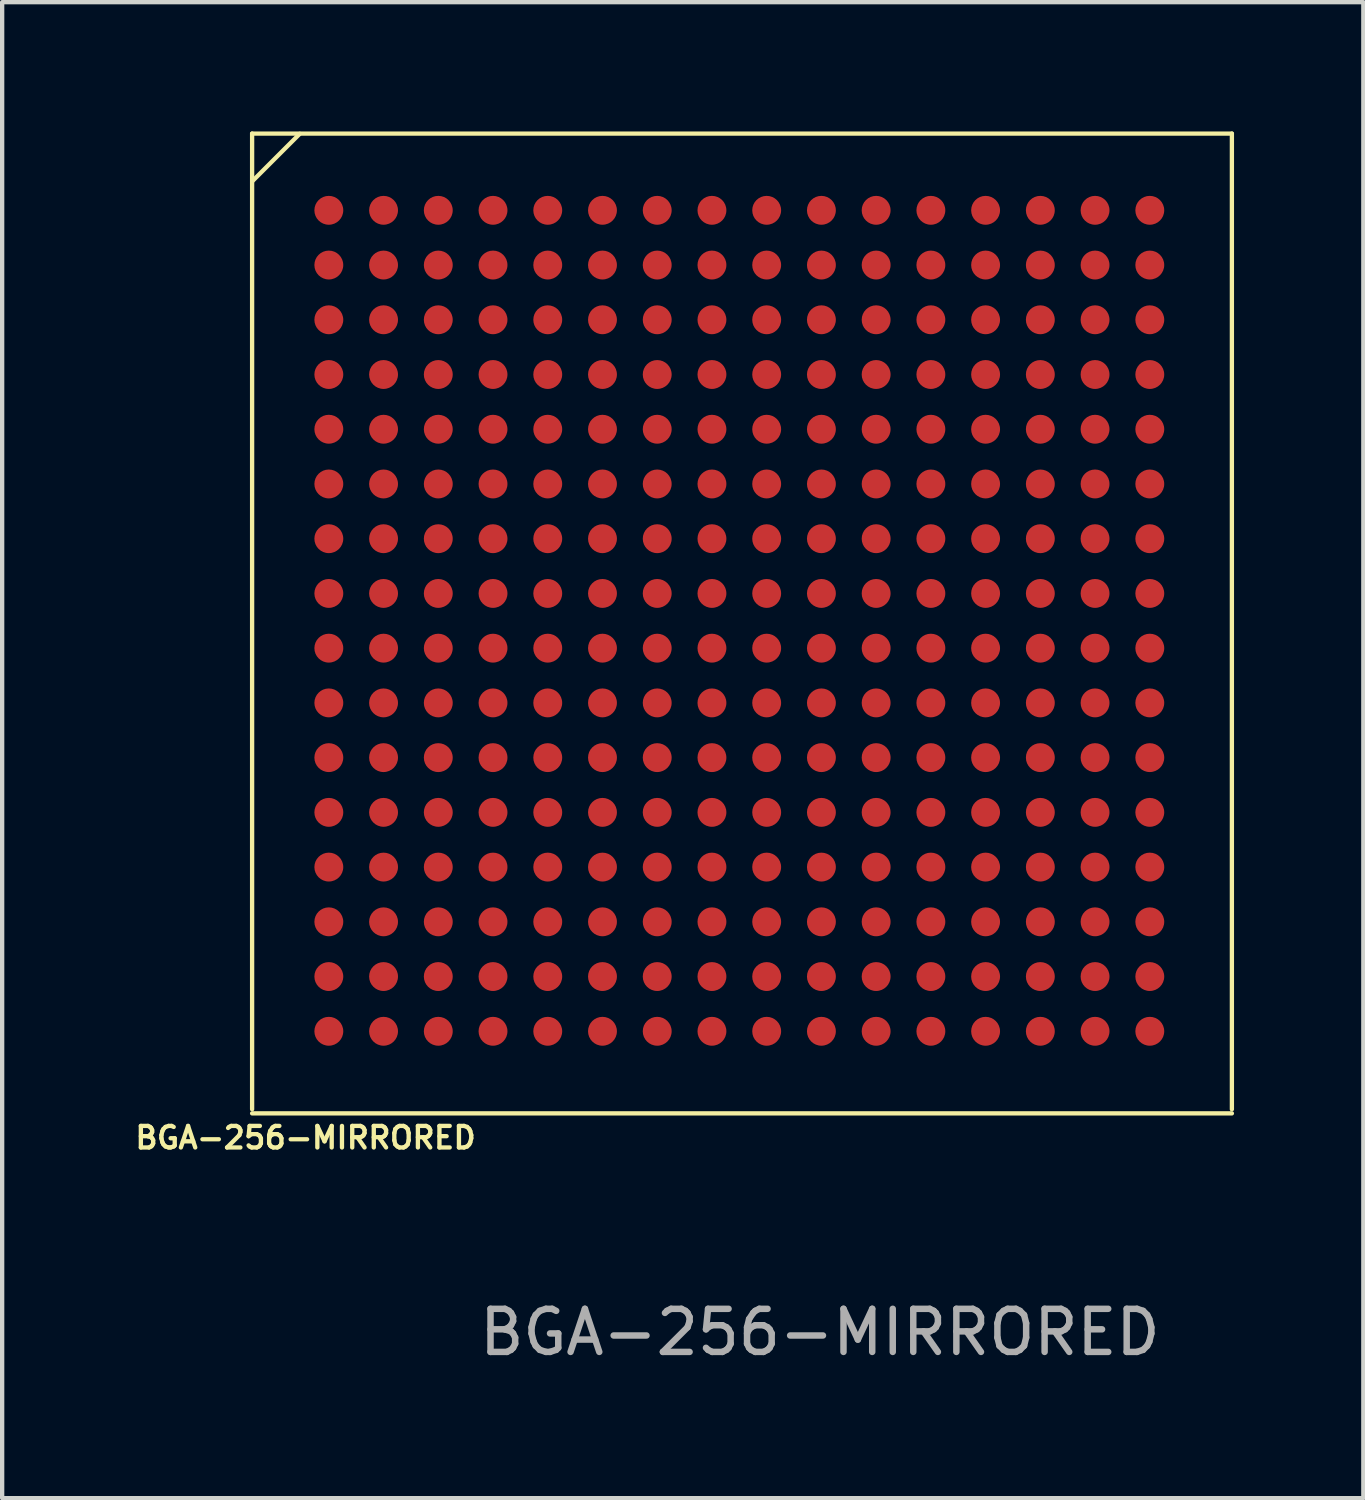
<source format=kicad_pcb>
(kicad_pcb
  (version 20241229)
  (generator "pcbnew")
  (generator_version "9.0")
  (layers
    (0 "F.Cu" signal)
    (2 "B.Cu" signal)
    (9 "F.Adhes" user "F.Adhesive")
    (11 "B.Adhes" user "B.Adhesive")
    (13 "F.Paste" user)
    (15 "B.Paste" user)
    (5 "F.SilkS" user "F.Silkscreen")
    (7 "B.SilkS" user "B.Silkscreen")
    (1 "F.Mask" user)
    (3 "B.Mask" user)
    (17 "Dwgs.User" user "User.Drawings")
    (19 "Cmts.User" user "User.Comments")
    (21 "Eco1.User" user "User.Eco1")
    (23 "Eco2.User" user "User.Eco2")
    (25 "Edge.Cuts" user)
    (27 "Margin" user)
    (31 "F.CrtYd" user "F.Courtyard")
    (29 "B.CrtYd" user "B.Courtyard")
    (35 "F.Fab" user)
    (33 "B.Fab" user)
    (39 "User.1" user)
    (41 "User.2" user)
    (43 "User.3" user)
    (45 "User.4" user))
  (footprint "BGA-256-MIRRORED"
    (layer "F.Cu")
    (at 14.705 11.355)
    (property "Reference" "BGA-256-MIRRORED" (at -10.665 11.995 0) (unlocked yes) (layer "F.SilkS") (effects (font (size 0.5 0.5) (thickness 0.1))))
    (attr smd)
    (fp_line (start -11.905 -11.305) (end 10.83 -11.305) (stroke (width 0.1) (type default)) (layer "F.SilkS"))
    (fp_line (start -11.905 11.335) (end -11.905 -11.305) (stroke (width 0.1) (type default)) (layer "F.SilkS"))
    (fp_line (start -11.905 11.43) (end 10.83 11.43) (stroke (width 0.1) (type default)) (layer "F.SilkS"))
    (fp_line (start -11.9 -10.2) (end -10.8 -11.3) (stroke (width 0.1) (type default)) (layer "F.SilkS"))
    (fp_line (start 10.83 11.335) (end 10.83 -11.305) (stroke (width 0.1) (type default)) (layer "F.SilkS"))
    (fp_text user "${REFERENCE}" (at 1.27 16.51 0) (unlocked yes) (layer "F.Fab") (effects (font (size 1 1) (thickness 0.15))))
    (pad "A1" smd circle (at -10.125 -9.525) (size 0.67 0.67) (layers "F.Cu" "F.Mask" "F.Paste"))
    (pad "A2" smd circle (at -10.125 -8.255) (size 0.67 0.67) (layers "F.Cu" "F.Mask" "F.Paste"))
    (pad "A3" smd circle (at -10.125 -6.985) (size 0.67 0.67) (layers "F.Cu" "F.Mask" "F.Paste"))
    (pad "A4" smd circle (at -10.125 -5.715) (size 0.67 0.67) (layers "F.Cu" "F.Mask" "F.Paste"))
    (pad "A5" smd circle (at -10.125 -4.445) (size 0.67 0.67) (layers "F.Cu" "F.Mask" "F.Paste"))
    (pad "A6" smd circle (at -10.125 -3.175) (size 0.67 0.67) (layers "F.Cu" "F.Mask" "F.Paste"))
    (pad "A7" smd circle (at -10.125 -1.905) (size 0.67 0.67) (layers "F.Cu" "F.Mask" "F.Paste"))
    (pad "A8" smd circle (at -10.125 -0.635) (size 0.67 0.67) (layers "F.Cu" "F.Mask" "F.Paste"))
    (pad "A9" smd circle (at -10.125 0.635) (size 0.67 0.67) (layers "F.Cu" "F.Mask" "F.Paste"))
    (pad "A10" smd circle (at -10.125 1.905) (size 0.67 0.67) (layers "F.Cu" "F.Mask" "F.Paste"))
    (pad "A11" smd circle (at -10.125 3.175) (size 0.67 0.67) (layers "F.Cu" "F.Mask" "F.Paste"))
    (pad "A12" smd circle (at -10.125 4.445) (size 0.67 0.67) (layers "F.Cu" "F.Mask" "F.Paste"))
    (pad "A13" smd circle (at -10.125 5.715) (size 0.67 0.67) (layers "F.Cu" "F.Mask" "F.Paste"))
    (pad "A14" smd circle (at -10.125 6.985) (size 0.67 0.67) (layers "F.Cu" "F.Mask" "F.Paste"))
    (pad "A15" smd circle (at -10.125 8.255) (size 0.67 0.67) (layers "F.Cu" "F.Mask" "F.Paste"))
    (pad "A16" smd circle (at -10.125 9.525) (size 0.67 0.67) (layers "F.Cu" "F.Mask" "F.Paste"))
    (pad "B1" smd circle (at -8.855 -9.525) (size 0.67 0.67) (layers "F.Cu" "F.Mask" "F.Paste"))
    (pad "B2" smd circle (at -8.855 -8.255) (size 0.67 0.67) (layers "F.Cu" "F.Mask" "F.Paste"))
    (pad "B3" smd circle (at -8.855 -6.985) (size 0.67 0.67) (layers "F.Cu" "F.Mask" "F.Paste"))
    (pad "B4" smd circle (at -8.855 -5.715) (size 0.67 0.67) (layers "F.Cu" "F.Mask" "F.Paste"))
    (pad "B5" smd circle (at -8.855 -4.445) (size 0.67 0.67) (layers "F.Cu" "F.Mask" "F.Paste"))
    (pad "B6" smd circle (at -8.855 -3.175) (size 0.67 0.67) (layers "F.Cu" "F.Mask" "F.Paste"))
    (pad "B7" smd circle (at -8.855 -1.905) (size 0.67 0.67) (layers "F.Cu" "F.Mask" "F.Paste"))
    (pad "B8" smd circle (at -8.855 -0.635) (size 0.67 0.67) (layers "F.Cu" "F.Mask" "F.Paste"))
    (pad "B9" smd circle (at -8.855 0.635) (size 0.67 0.67) (layers "F.Cu" "F.Mask" "F.Paste"))
    (pad "B10" smd circle (at -8.855 1.905) (size 0.67 0.67) (layers "F.Cu" "F.Mask" "F.Paste"))
    (pad "B11" smd circle (at -8.855 3.175) (size 0.67 0.67) (layers "F.Cu" "F.Mask" "F.Paste"))
    (pad "B12" smd circle (at -8.855 4.445) (size 0.67 0.67) (layers "F.Cu" "F.Mask" "F.Paste"))
    (pad "B13" smd circle (at -8.855 5.715) (size 0.67 0.67) (layers "F.Cu" "F.Mask" "F.Paste"))
    (pad "B14" smd circle (at -8.855 6.985) (size 0.67 0.67) (layers "F.Cu" "F.Mask" "F.Paste"))
    (pad "B15" smd circle (at -8.855 8.255) (size 0.67 0.67) (layers "F.Cu" "F.Mask" "F.Paste"))
    (pad "B16" smd circle (at -8.855 9.525) (size 0.67 0.67) (layers "F.Cu" "F.Mask" "F.Paste"))
    (pad "C1" smd circle (at -7.585 -9.525) (size 0.67 0.67) (layers "F.Cu" "F.Mask" "F.Paste"))
    (pad "C2" smd circle (at -7.585 -8.255) (size 0.67 0.67) (layers "F.Cu" "F.Mask" "F.Paste"))
    (pad "C3" smd circle (at -7.585 -6.985) (size 0.67 0.67) (layers "F.Cu" "F.Mask" "F.Paste"))
    (pad "C4" smd circle (at -7.585 -5.715) (size 0.67 0.67) (layers "F.Cu" "F.Mask" "F.Paste"))
    (pad "C5" smd circle (at -7.585 -4.445) (size 0.67 0.67) (layers "F.Cu" "F.Mask" "F.Paste"))
    (pad "C6" smd circle (at -7.585 -3.175) (size 0.67 0.67) (layers "F.Cu" "F.Mask" "F.Paste"))
    (pad "C7" smd circle (at -7.585 -1.905) (size 0.67 0.67) (layers "F.Cu" "F.Mask" "F.Paste"))
    (pad "C8" smd circle (at -7.585 -0.635) (size 0.67 0.67) (layers "F.Cu" "F.Mask" "F.Paste"))
    (pad "C9" smd circle (at -7.585 0.635) (size 0.67 0.67) (layers "F.Cu" "F.Mask" "F.Paste"))
    (pad "C10" smd circle (at -7.585 1.905) (size 0.67 0.67) (layers "F.Cu" "F.Mask" "F.Paste"))
    (pad "C11" smd circle (at -7.585 3.175) (size 0.67 0.67) (layers "F.Cu" "F.Mask" "F.Paste"))
    (pad "C12" smd circle (at -7.585 4.445) (size 0.67 0.67) (layers "F.Cu" "F.Mask" "F.Paste"))
    (pad "C13" smd circle (at -7.585 5.715) (size 0.67 0.67) (layers "F.Cu" "F.Mask" "F.Paste"))
    (pad "C14" smd circle (at -7.585 6.985) (size 0.67 0.67) (layers "F.Cu" "F.Mask" "F.Paste"))
    (pad "C15" smd circle (at -7.585 8.255) (size 0.67 0.67) (layers "F.Cu" "F.Mask" "F.Paste"))
    (pad "C16" smd circle (at -7.585 9.525) (size 0.67 0.67) (layers "F.Cu" "F.Mask" "F.Paste"))
    (pad "D1" smd circle (at -6.315 -9.525) (size 0.67 0.67) (layers "F.Cu" "F.Mask" "F.Paste"))
    (pad "D2" smd circle (at -6.315 -8.255) (size 0.67 0.67) (layers "F.Cu" "F.Mask" "F.Paste"))
    (pad "D3" smd circle (at -6.315 -6.985) (size 0.67 0.67) (layers "F.Cu" "F.Mask" "F.Paste"))
    (pad "D4" smd circle (at -6.315 -5.715) (size 0.67 0.67) (layers "F.Cu" "F.Mask" "F.Paste"))
    (pad "D5" smd circle (at -6.315 -4.445) (size 0.67 0.67) (layers "F.Cu" "F.Mask" "F.Paste"))
    (pad "D6" smd circle (at -6.315 -3.175) (size 0.67 0.67) (layers "F.Cu" "F.Mask" "F.Paste"))
    (pad "D7" smd circle (at -6.315 -1.905) (size 0.67 0.67) (layers "F.Cu" "F.Mask" "F.Paste"))
    (pad "D8" smd circle (at -6.315 -0.635) (size 0.67 0.67) (layers "F.Cu" "F.Mask" "F.Paste"))
    (pad "D9" smd circle (at -6.315 0.635) (size 0.67 0.67) (layers "F.Cu" "F.Mask" "F.Paste"))
    (pad "D10" smd circle (at -6.315 1.905) (size 0.67 0.67) (layers "F.Cu" "F.Mask" "F.Paste"))
    (pad "D11" smd circle (at -6.315 3.175) (size 0.67 0.67) (layers "F.Cu" "F.Mask" "F.Paste"))
    (pad "D12" smd circle (at -6.315 4.445) (size 0.67 0.67) (layers "F.Cu" "F.Mask" "F.Paste"))
    (pad "D13" smd circle (at -6.315 5.715) (size 0.67 0.67) (layers "F.Cu" "F.Mask" "F.Paste"))
    (pad "D14" smd circle (at -6.315 6.985) (size 0.67 0.67) (layers "F.Cu" "F.Mask" "F.Paste"))
    (pad "D15" smd circle (at -6.315 8.255) (size 0.67 0.67) (layers "F.Cu" "F.Mask" "F.Paste"))
    (pad "D16" smd circle (at -6.315 9.525) (size 0.67 0.67) (layers "F.Cu" "F.Mask" "F.Paste"))
    (pad "E1" smd circle (at -5.045 -9.525) (size 0.67 0.67) (layers "F.Cu" "F.Mask" "F.Paste"))
    (pad "E2" smd circle (at -5.045 -8.255) (size 0.67 0.67) (layers "F.Cu" "F.Mask" "F.Paste"))
    (pad "E3" smd circle (at -5.045 -6.985) (size 0.67 0.67) (layers "F.Cu" "F.Mask" "F.Paste"))
    (pad "E4" smd circle (at -5.045 -5.715) (size 0.67 0.67) (layers "F.Cu" "F.Mask" "F.Paste"))
    (pad "E5" smd circle (at -5.045 -4.445) (size 0.67 0.67) (layers "F.Cu" "F.Mask" "F.Paste"))
    (pad "E6" smd circle (at -5.045 -3.175) (size 0.67 0.67) (layers "F.Cu" "F.Mask" "F.Paste"))
    (pad "E7" smd circle (at -5.045 -1.905) (size 0.67 0.67) (layers "F.Cu" "F.Mask" "F.Paste"))
    (pad "E8" smd circle (at -5.045 -0.635) (size 0.67 0.67) (layers "F.Cu" "F.Mask" "F.Paste"))
    (pad "E9" smd circle (at -5.045 0.635) (size 0.67 0.67) (layers "F.Cu" "F.Mask" "F.Paste"))
    (pad "E10" smd circle (at -5.045 1.905) (size 0.67 0.67) (layers "F.Cu" "F.Mask" "F.Paste"))
    (pad "E11" smd circle (at -5.045 3.175) (size 0.67 0.67) (layers "F.Cu" "F.Mask" "F.Paste"))
    (pad "E12" smd circle (at -5.045 4.445) (size 0.67 0.67) (layers "F.Cu" "F.Mask" "F.Paste"))
    (pad "E13" smd circle (at -5.045 5.715) (size 0.67 0.67) (layers "F.Cu" "F.Mask" "F.Paste"))
    (pad "E14" smd circle (at -5.045 6.985) (size 0.67 0.67) (layers "F.Cu" "F.Mask" "F.Paste"))
    (pad "E15" smd circle (at -5.045 8.255) (size 0.67 0.67) (layers "F.Cu" "F.Mask" "F.Paste"))
    (pad "E16" smd circle (at -5.045 9.525) (size 0.67 0.67) (layers "F.Cu" "F.Mask" "F.Paste"))
    (pad "F1" smd circle (at -3.775 -9.525) (size 0.67 0.67) (layers "F.Cu" "F.Mask" "F.Paste"))
    (pad "F2" smd circle (at -3.775 -8.255) (size 0.67 0.67) (layers "F.Cu" "F.Mask" "F.Paste"))
    (pad "F3" smd circle (at -3.775 -6.985) (size 0.67 0.67) (layers "F.Cu" "F.Mask" "F.Paste"))
    (pad "F4" smd circle (at -3.775 -5.715) (size 0.67 0.67) (layers "F.Cu" "F.Mask" "F.Paste"))
    (pad "F5" smd circle (at -3.775 -4.445) (size 0.67 0.67) (layers "F.Cu" "F.Mask" "F.Paste"))
    (pad "F6" smd circle (at -3.775 -3.175) (size 0.67 0.67) (layers "F.Cu" "F.Mask" "F.Paste"))
    (pad "F7" smd circle (at -3.775 -1.905) (size 0.67 0.67) (layers "F.Cu" "F.Mask" "F.Paste"))
    (pad "F8" smd circle (at -3.775 -0.635) (size 0.67 0.67) (layers "F.Cu" "F.Mask" "F.Paste"))
    (pad "F9" smd circle (at -3.775 0.635) (size 0.67 0.67) (layers "F.Cu" "F.Mask" "F.Paste"))
    (pad "F10" smd circle (at -3.775 1.905) (size 0.67 0.67) (layers "F.Cu" "F.Mask" "F.Paste"))
    (pad "F11" smd circle (at -3.775 3.175) (size 0.67 0.67) (layers "F.Cu" "F.Mask" "F.Paste"))
    (pad "F12" smd circle (at -3.775 4.445) (size 0.67 0.67) (layers "F.Cu" "F.Mask" "F.Paste"))
    (pad "F13" smd circle (at -3.775 5.715) (size 0.67 0.67) (layers "F.Cu" "F.Mask" "F.Paste"))
    (pad "F14" smd circle (at -3.775 6.985) (size 0.67 0.67) (layers "F.Cu" "F.Mask" "F.Paste"))
    (pad "F15" smd circle (at -3.775 8.255) (size 0.67 0.67) (layers "F.Cu" "F.Mask" "F.Paste"))
    (pad "F16" smd circle (at -3.775 9.525) (size 0.67 0.67) (layers "F.Cu" "F.Mask" "F.Paste"))
    (pad "G1" smd circle (at -2.505 -9.525) (size 0.67 0.67) (layers "F.Cu" "F.Mask" "F.Paste"))
    (pad "G2" smd circle (at -2.505 -8.255) (size 0.67 0.67) (layers "F.Cu" "F.Mask" "F.Paste"))
    (pad "G3" smd circle (at -2.505 -6.985) (size 0.67 0.67) (layers "F.Cu" "F.Mask" "F.Paste"))
    (pad "G4" smd circle (at -2.505 -5.715) (size 0.67 0.67) (layers "F.Cu" "F.Mask" "F.Paste"))
    (pad "G5" smd circle (at -2.505 -4.445) (size 0.67 0.67) (layers "F.Cu" "F.Mask" "F.Paste"))
    (pad "G6" smd circle (at -2.505 -3.175) (size 0.67 0.67) (layers "F.Cu" "F.Mask" "F.Paste"))
    (pad "G7" smd circle (at -2.505 -1.905) (size 0.67 0.67) (layers "F.Cu" "F.Mask" "F.Paste"))
    (pad "G8" smd circle (at -2.505 -0.635) (size 0.67 0.67) (layers "F.Cu" "F.Mask" "F.Paste"))
    (pad "G9" smd circle (at -2.505 0.635) (size 0.67 0.67) (layers "F.Cu" "F.Mask" "F.Paste"))
    (pad "G10" smd circle (at -2.505 1.905) (size 0.67 0.67) (layers "F.Cu" "F.Mask" "F.Paste"))
    (pad "G11" smd circle (at -2.505 3.175) (size 0.67 0.67) (layers "F.Cu" "F.Mask" "F.Paste"))
    (pad "G12" smd circle (at -2.505 4.445) (size 0.67 0.67) (layers "F.Cu" "F.Mask" "F.Paste"))
    (pad "G13" smd circle (at -2.505 5.715) (size 0.67 0.67) (layers "F.Cu" "F.Mask" "F.Paste"))
    (pad "G14" smd circle (at -2.505 6.985) (size 0.67 0.67) (layers "F.Cu" "F.Mask" "F.Paste"))
    (pad "G15" smd circle (at -2.505 8.255) (size 0.67 0.67) (layers "F.Cu" "F.Mask" "F.Paste"))
    (pad "G16" smd circle (at -2.505 9.525) (size 0.67 0.67) (layers "F.Cu" "F.Mask" "F.Paste"))
    (pad "H1" smd circle (at -1.235 -9.525) (size 0.67 0.67) (layers "F.Cu" "F.Mask" "F.Paste"))
    (pad "H2" smd circle (at -1.235 -8.255) (size 0.67 0.67) (layers "F.Cu" "F.Mask" "F.Paste"))
    (pad "H3" smd circle (at -1.235 -6.985) (size 0.67 0.67) (layers "F.Cu" "F.Mask" "F.Paste"))
    (pad "H4" smd circle (at -1.235 -5.715) (size 0.67 0.67) (layers "F.Cu" "F.Mask" "F.Paste"))
    (pad "H5" smd circle (at -1.235 -4.445) (size 0.67 0.67) (layers "F.Cu" "F.Mask" "F.Paste"))
    (pad "H6" smd circle (at -1.235 -3.175) (size 0.67 0.67) (layers "F.Cu" "F.Mask" "F.Paste"))
    (pad "H7" smd circle (at -1.235 -1.905) (size 0.67 0.67) (layers "F.Cu" "F.Mask" "F.Paste"))
    (pad "H8" smd circle (at -1.235 -0.635) (size 0.67 0.67) (layers "F.Cu" "F.Mask" "F.Paste"))
    (pad "H9" smd circle (at -1.235 0.635) (size 0.67 0.67) (layers "F.Cu" "F.Mask" "F.Paste"))
    (pad "H10" smd circle (at -1.235 1.905) (size 0.67 0.67) (layers "F.Cu" "F.Mask" "F.Paste"))
    (pad "H11" smd circle (at -1.235 3.175) (size 0.67 0.67) (layers "F.Cu" "F.Mask" "F.Paste"))
    (pad "H12" smd circle (at -1.235 4.445) (size 0.67 0.67) (layers "F.Cu" "F.Mask" "F.Paste"))
    (pad "H13" smd circle (at -1.235 5.715) (size 0.67 0.67) (layers "F.Cu" "F.Mask" "F.Paste"))
    (pad "H14" smd circle (at -1.235 6.985) (size 0.67 0.67) (layers "F.Cu" "F.Mask" "F.Paste"))
    (pad "H15" smd circle (at -1.235 8.255) (size 0.67 0.67) (layers "F.Cu" "F.Mask" "F.Paste"))
    (pad "H16" smd circle (at -1.235 9.525) (size 0.67 0.67) (layers "F.Cu" "F.Mask" "F.Paste"))
    (pad "J1" smd circle (at 0.035 -9.525) (size 0.67 0.67) (layers "F.Cu" "F.Mask" "F.Paste"))
    (pad "J2" smd circle (at 0.035 -8.255) (size 0.67 0.67) (layers "F.Cu" "F.Mask" "F.Paste"))
    (pad "J3" smd circle (at 0.035 -6.985) (size 0.67 0.67) (layers "F.Cu" "F.Mask" "F.Paste"))
    (pad "J4" smd circle (at 0.035 -5.715) (size 0.67 0.67) (layers "F.Cu" "F.Mask" "F.Paste"))
    (pad "J5" smd circle (at 0.035 -4.445) (size 0.67 0.67) (layers "F.Cu" "F.Mask" "F.Paste"))
    (pad "J6" smd circle (at 0.035 -3.175) (size 0.67 0.67) (layers "F.Cu" "F.Mask" "F.Paste"))
    (pad "J7" smd circle (at 0.035 -1.905) (size 0.67 0.67) (layers "F.Cu" "F.Mask" "F.Paste"))
    (pad "J8" smd circle (at 0.035 -0.635) (size 0.67 0.67) (layers "F.Cu" "F.Mask" "F.Paste"))
    (pad "J9" smd circle (at 0.035 0.635) (size 0.67 0.67) (layers "F.Cu" "F.Mask" "F.Paste"))
    (pad "J10" smd circle (at 0.035 1.905) (size 0.67 0.67) (layers "F.Cu" "F.Mask" "F.Paste"))
    (pad "J11" smd circle (at 0.035 3.175) (size 0.67 0.67) (layers "F.Cu" "F.Mask" "F.Paste"))
    (pad "J12" smd circle (at 0.035 4.445) (size 0.67 0.67) (layers "F.Cu" "F.Mask" "F.Paste"))
    (pad "J13" smd circle (at 0.035 5.715) (size 0.67 0.67) (layers "F.Cu" "F.Mask" "F.Paste"))
    (pad "J14" smd circle (at 0.035 6.985) (size 0.67 0.67) (layers "F.Cu" "F.Mask" "F.Paste"))
    (pad "J15" smd circle (at 0.035 8.255) (size 0.67 0.67) (layers "F.Cu" "F.Mask" "F.Paste"))
    (pad "J16" smd circle (at 0.035 9.525) (size 0.67 0.67) (layers "F.Cu" "F.Mask" "F.Paste"))
    (pad "K1" smd circle (at 1.305 -9.525) (size 0.67 0.67) (layers "F.Cu" "F.Mask" "F.Paste"))
    (pad "K2" smd circle (at 1.305 -8.255) (size 0.67 0.67) (layers "F.Cu" "F.Mask" "F.Paste"))
    (pad "K3" smd circle (at 1.305 -6.985) (size 0.67 0.67) (layers "F.Cu" "F.Mask" "F.Paste"))
    (pad "K4" smd circle (at 1.305 -5.715) (size 0.67 0.67) (layers "F.Cu" "F.Mask" "F.Paste"))
    (pad "K5" smd circle (at 1.305 -4.445) (size 0.67 0.67) (layers "F.Cu" "F.Mask" "F.Paste"))
    (pad "K6" smd circle (at 1.305 -3.175) (size 0.67 0.67) (layers "F.Cu" "F.Mask" "F.Paste"))
    (pad "K7" smd circle (at 1.305 -1.905) (size 0.67 0.67) (layers "F.Cu" "F.Mask" "F.Paste"))
    (pad "K8" smd circle (at 1.305 -0.635) (size 0.67 0.67) (layers "F.Cu" "F.Mask" "F.Paste"))
    (pad "K9" smd circle (at 1.305 0.635) (size 0.67 0.67) (layers "F.Cu" "F.Mask" "F.Paste"))
    (pad "K10" smd circle (at 1.305 1.905) (size 0.67 0.67) (layers "F.Cu" "F.Mask" "F.Paste"))
    (pad "K11" smd circle (at 1.305 3.175) (size 0.67 0.67) (layers "F.Cu" "F.Mask" "F.Paste"))
    (pad "K12" smd circle (at 1.305 4.445) (size 0.67 0.67) (layers "F.Cu" "F.Mask" "F.Paste"))
    (pad "K13" smd circle (at 1.305 5.715) (size 0.67 0.67) (layers "F.Cu" "F.Mask" "F.Paste"))
    (pad "K14" smd circle (at 1.305 6.985) (size 0.67 0.67) (layers "F.Cu" "F.Mask" "F.Paste"))
    (pad "K15" smd circle (at 1.305 8.255) (size 0.67 0.67) (layers "F.Cu" "F.Mask" "F.Paste"))
    (pad "K16" smd circle (at 1.305 9.525) (size 0.67 0.67) (layers "F.Cu" "F.Mask" "F.Paste"))
    (pad "L1" smd circle (at 2.575 -9.525) (size 0.67 0.67) (layers "F.Cu" "F.Mask" "F.Paste"))
    (pad "L2" smd circle (at 2.575 -8.255) (size 0.67 0.67) (layers "F.Cu" "F.Mask" "F.Paste"))
    (pad "L3" smd circle (at 2.575 -6.985) (size 0.67 0.67) (layers "F.Cu" "F.Mask" "F.Paste"))
    (pad "L4" smd circle (at 2.575 -5.715) (size 0.67 0.67) (layers "F.Cu" "F.Mask" "F.Paste"))
    (pad "L5" smd circle (at 2.575 -4.445) (size 0.67 0.67) (layers "F.Cu" "F.Mask" "F.Paste"))
    (pad "L6" smd circle (at 2.575 -3.175) (size 0.67 0.67) (layers "F.Cu" "F.Mask" "F.Paste"))
    (pad "L7" smd circle (at 2.575 -1.905) (size 0.67 0.67) (layers "F.Cu" "F.Mask" "F.Paste"))
    (pad "L8" smd circle (at 2.575 -0.635) (size 0.67 0.67) (layers "F.Cu" "F.Mask" "F.Paste"))
    (pad "L9" smd circle (at 2.575 0.635) (size 0.67 0.67) (layers "F.Cu" "F.Mask" "F.Paste"))
    (pad "L10" smd circle (at 2.575 1.905) (size 0.67 0.67) (layers "F.Cu" "F.Mask" "F.Paste"))
    (pad "L11" smd circle (at 2.575 3.175) (size 0.67 0.67) (layers "F.Cu" "F.Mask" "F.Paste"))
    (pad "L12" smd circle (at 2.575 4.445) (size 0.67 0.67) (layers "F.Cu" "F.Mask" "F.Paste"))
    (pad "L13" smd circle (at 2.575 5.715) (size 0.67 0.67) (layers "F.Cu" "F.Mask" "F.Paste"))
    (pad "L14" smd circle (at 2.575 6.985) (size 0.67 0.67) (layers "F.Cu" "F.Mask" "F.Paste"))
    (pad "L15" smd circle (at 2.575 8.255) (size 0.67 0.67) (layers "F.Cu" "F.Mask" "F.Paste"))
    (pad "L16" smd circle (at 2.575 9.525) (size 0.67 0.67) (layers "F.Cu" "F.Mask" "F.Paste"))
    (pad "M1" smd circle (at 3.845 -9.525) (size 0.67 0.67) (layers "F.Cu" "F.Mask" "F.Paste"))
    (pad "M2" smd circle (at 3.845 -8.255) (size 0.67 0.67) (layers "F.Cu" "F.Mask" "F.Paste"))
    (pad "M3" smd circle (at 3.845 -6.985) (size 0.67 0.67) (layers "F.Cu" "F.Mask" "F.Paste"))
    (pad "M4" smd circle (at 3.845 -5.715) (size 0.67 0.67) (layers "F.Cu" "F.Mask" "F.Paste"))
    (pad "M5" smd circle (at 3.845 -4.445) (size 0.67 0.67) (layers "F.Cu" "F.Mask" "F.Paste"))
    (pad "M6" smd circle (at 3.845 -3.175) (size 0.67 0.67) (layers "F.Cu" "F.Mask" "F.Paste"))
    (pad "M7" smd circle (at 3.845 -1.905) (size 0.67 0.67) (layers "F.Cu" "F.Mask" "F.Paste"))
    (pad "M8" smd circle (at 3.845 -0.635) (size 0.67 0.67) (layers "F.Cu" "F.Mask" "F.Paste"))
    (pad "M9" smd circle (at 3.845 0.635) (size 0.67 0.67) (layers "F.Cu" "F.Mask" "F.Paste"))
    (pad "M10" smd circle (at 3.845 1.905) (size 0.67 0.67) (layers "F.Cu" "F.Mask" "F.Paste"))
    (pad "M11" smd circle (at 3.845 3.175) (size 0.67 0.67) (layers "F.Cu" "F.Mask" "F.Paste"))
    (pad "M12" smd circle (at 3.845 4.445) (size 0.67 0.67) (layers "F.Cu" "F.Mask" "F.Paste"))
    (pad "M13" smd circle (at 3.845 5.715) (size 0.67 0.67) (layers "F.Cu" "F.Mask" "F.Paste"))
    (pad "M14" smd circle (at 3.845 6.985) (size 0.67 0.67) (layers "F.Cu" "F.Mask" "F.Paste"))
    (pad "M15" smd circle (at 3.845 8.255) (size 0.67 0.67) (layers "F.Cu" "F.Mask" "F.Paste"))
    (pad "M16" smd circle (at 3.845 9.525) (size 0.67 0.67) (layers "F.Cu" "F.Mask" "F.Paste"))
    (pad "N1" smd circle (at 5.115 -9.525) (size 0.67 0.67) (layers "F.Cu" "F.Mask" "F.Paste"))
    (pad "N2" smd circle (at 5.115 -8.255) (size 0.67 0.67) (layers "F.Cu" "F.Mask" "F.Paste"))
    (pad "N3" smd circle (at 5.115 -6.985) (size 0.67 0.67) (layers "F.Cu" "F.Mask" "F.Paste"))
    (pad "N4" smd circle (at 5.115 -5.715) (size 0.67 0.67) (layers "F.Cu" "F.Mask" "F.Paste"))
    (pad "N5" smd circle (at 5.115 -4.445) (size 0.67 0.67) (layers "F.Cu" "F.Mask" "F.Paste"))
    (pad "N6" smd circle (at 5.115 -3.175) (size 0.67 0.67) (layers "F.Cu" "F.Mask" "F.Paste"))
    (pad "N7" smd circle (at 5.115 -1.905) (size 0.67 0.67) (layers "F.Cu" "F.Mask" "F.Paste"))
    (pad "N8" smd circle (at 5.115 -0.635) (size 0.67 0.67) (layers "F.Cu" "F.Mask" "F.Paste"))
    (pad "N9" smd circle (at 5.115 0.635) (size 0.67 0.67) (layers "F.Cu" "F.Mask" "F.Paste"))
    (pad "N10" smd circle (at 5.115 1.905) (size 0.67 0.67) (layers "F.Cu" "F.Mask" "F.Paste"))
    (pad "N11" smd circle (at 5.115 3.175) (size 0.67 0.67) (layers "F.Cu" "F.Mask" "F.Paste"))
    (pad "N12" smd circle (at 5.115 4.445) (size 0.67 0.67) (layers "F.Cu" "F.Mask" "F.Paste"))
    (pad "N13" smd circle (at 5.115 5.715) (size 0.67 0.67) (layers "F.Cu" "F.Mask" "F.Paste"))
    (pad "N14" smd circle (at 5.115 6.985) (size 0.67 0.67) (layers "F.Cu" "F.Mask" "F.Paste"))
    (pad "N15" smd circle (at 5.115 8.255) (size 0.67 0.67) (layers "F.Cu" "F.Mask" "F.Paste"))
    (pad "N16" smd circle (at 5.115 9.525) (size 0.67 0.67) (layers "F.Cu" "F.Mask" "F.Paste"))
    (pad "P1" smd circle (at 6.385 -9.525) (size 0.67 0.67) (layers "F.Cu" "F.Mask" "F.Paste"))
    (pad "P2" smd circle (at 6.385 -8.255) (size 0.67 0.67) (layers "F.Cu" "F.Mask" "F.Paste"))
    (pad "P3" smd circle (at 6.385 -6.985) (size 0.67 0.67) (layers "F.Cu" "F.Mask" "F.Paste"))
    (pad "P4" smd circle (at 6.385 -5.715) (size 0.67 0.67) (layers "F.Cu" "F.Mask" "F.Paste"))
    (pad "P5" smd circle (at 6.385 -4.445) (size 0.67 0.67) (layers "F.Cu" "F.Mask" "F.Paste"))
    (pad "P6" smd circle (at 6.385 -3.175) (size 0.67 0.67) (layers "F.Cu" "F.Mask" "F.Paste"))
    (pad "P7" smd circle (at 6.385 -1.905) (size 0.67 0.67) (layers "F.Cu" "F.Mask" "F.Paste"))
    (pad "P8" smd circle (at 6.385 -0.635) (size 0.67 0.67) (layers "F.Cu" "F.Mask" "F.Paste"))
    (pad "P9" smd circle (at 6.385 0.635) (size 0.67 0.67) (layers "F.Cu" "F.Mask" "F.Paste"))
    (pad "P10" smd circle (at 6.385 1.905) (size 0.67 0.67) (layers "F.Cu" "F.Mask" "F.Paste"))
    (pad "P11" smd circle (at 6.385 3.175) (size 0.67 0.67) (layers "F.Cu" "F.Mask" "F.Paste"))
    (pad "P12" smd circle (at 6.385 4.445) (size 0.67 0.67) (layers "F.Cu" "F.Mask" "F.Paste"))
    (pad "P13" smd circle (at 6.385 5.715) (size 0.67 0.67) (layers "F.Cu" "F.Mask" "F.Paste"))
    (pad "P14" smd circle (at 6.385 6.985) (size 0.67 0.67) (layers "F.Cu" "F.Mask" "F.Paste"))
    (pad "P15" smd circle (at 6.385 8.255) (size 0.67 0.67) (layers "F.Cu" "F.Mask" "F.Paste"))
    (pad "P16" smd circle (at 6.385 9.525) (size 0.67 0.67) (layers "F.Cu" "F.Mask" "F.Paste"))
    (pad "R1" smd circle (at 7.655 -9.525) (size 0.67 0.67) (layers "F.Cu" "F.Mask" "F.Paste"))
    (pad "R2" smd circle (at 7.655 -8.255) (size 0.67 0.67) (layers "F.Cu" "F.Mask" "F.Paste"))
    (pad "R3" smd circle (at 7.655 -6.985) (size 0.67 0.67) (layers "F.Cu" "F.Mask" "F.Paste"))
    (pad "R4" smd circle (at 7.655 -5.715) (size 0.67 0.67) (layers "F.Cu" "F.Mask" "F.Paste"))
    (pad "R5" smd circle (at 7.655 -4.445) (size 0.67 0.67) (layers "F.Cu" "F.Mask" "F.Paste"))
    (pad "R6" smd circle (at 7.655 -3.175) (size 0.67 0.67) (layers "F.Cu" "F.Mask" "F.Paste"))
    (pad "R7" smd circle (at 7.655 -1.905) (size 0.67 0.67) (layers "F.Cu" "F.Mask" "F.Paste"))
    (pad "R8" smd circle (at 7.655 -0.635) (size 0.67 0.67) (layers "F.Cu" "F.Mask" "F.Paste"))
    (pad "R9" smd circle (at 7.655 0.635) (size 0.67 0.67) (layers "F.Cu" "F.Mask" "F.Paste"))
    (pad "R10" smd circle (at 7.655 1.905) (size 0.67 0.67) (layers "F.Cu" "F.Mask" "F.Paste"))
    (pad "R11" smd circle (at 7.655 3.175) (size 0.67 0.67) (layers "F.Cu" "F.Mask" "F.Paste"))
    (pad "R12" smd circle (at 7.655 4.445) (size 0.67 0.67) (layers "F.Cu" "F.Mask" "F.Paste"))
    (pad "R13" smd circle (at 7.655 5.715) (size 0.67 0.67) (layers "F.Cu" "F.Mask" "F.Paste"))
    (pad "R14" smd circle (at 7.655 6.985) (size 0.67 0.67) (layers "F.Cu" "F.Mask" "F.Paste"))
    (pad "R15" smd circle (at 7.655 8.255) (size 0.67 0.67) (layers "F.Cu" "F.Mask" "F.Paste"))
    (pad "R16" smd circle (at 7.655 9.525) (size 0.67 0.67) (layers "F.Cu" "F.Mask" "F.Paste"))
    (pad "T1" smd circle (at 8.925 -9.525) (size 0.67 0.67) (layers "F.Cu" "F.Mask" "F.Paste"))
    (pad "T2" smd circle (at 8.925 -8.255) (size 0.67 0.67) (layers "F.Cu" "F.Mask" "F.Paste"))
    (pad "T3" smd circle (at 8.925 -6.985) (size 0.67 0.67) (layers "F.Cu" "F.Mask" "F.Paste"))
    (pad "T4" smd circle (at 8.925 -5.715) (size 0.67 0.67) (layers "F.Cu" "F.Mask" "F.Paste"))
    (pad "T5" smd circle (at 8.925 -4.445) (size 0.67 0.67) (layers "F.Cu" "F.Mask" "F.Paste"))
    (pad "T6" smd circle (at 8.925 -3.175) (size 0.67 0.67) (layers "F.Cu" "F.Mask" "F.Paste"))
    (pad "T7" smd circle (at 8.925 -1.905) (size 0.67 0.67) (layers "F.Cu" "F.Mask" "F.Paste"))
    (pad "T8" smd circle (at 8.925 -0.635) (size 0.67 0.67) (layers "F.Cu" "F.Mask" "F.Paste"))
    (pad "T9" smd circle (at 8.925 0.635) (size 0.67 0.67) (layers "F.Cu" "F.Mask" "F.Paste"))
    (pad "T10" smd circle (at 8.925 1.905) (size 0.67 0.67) (layers "F.Cu" "F.Mask" "F.Paste"))
    (pad "T11" smd circle (at 8.925 3.175) (size 0.67 0.67) (layers "F.Cu" "F.Mask" "F.Paste"))
    (pad "T12" smd circle (at 8.925 4.445) (size 0.67 0.67) (layers "F.Cu" "F.Mask" "F.Paste"))
    (pad "T13" smd circle (at 8.925 5.715) (size 0.67 0.67) (layers "F.Cu" "F.Mask" "F.Paste"))
    (pad "T14" smd circle (at 8.925 6.985) (size 0.67 0.67) (layers "F.Cu" "F.Mask" "F.Paste"))
    (pad "T15" smd circle (at 8.925 8.255) (size 0.67 0.67) (layers "F.Cu" "F.Mask" "F.Paste"))
    (pad "T16" smd circle (at 8.925 9.525) (size 0.67 0.67) (layers "F.Cu" "F.Mask" "F.Paste")))
  (gr_rect
    (start -3 -3)
    (end 28.585 31.713)
    (stroke (width 0.1) (type default))
    (fill no)
    (layer "Edge.Cuts")))
</source>
